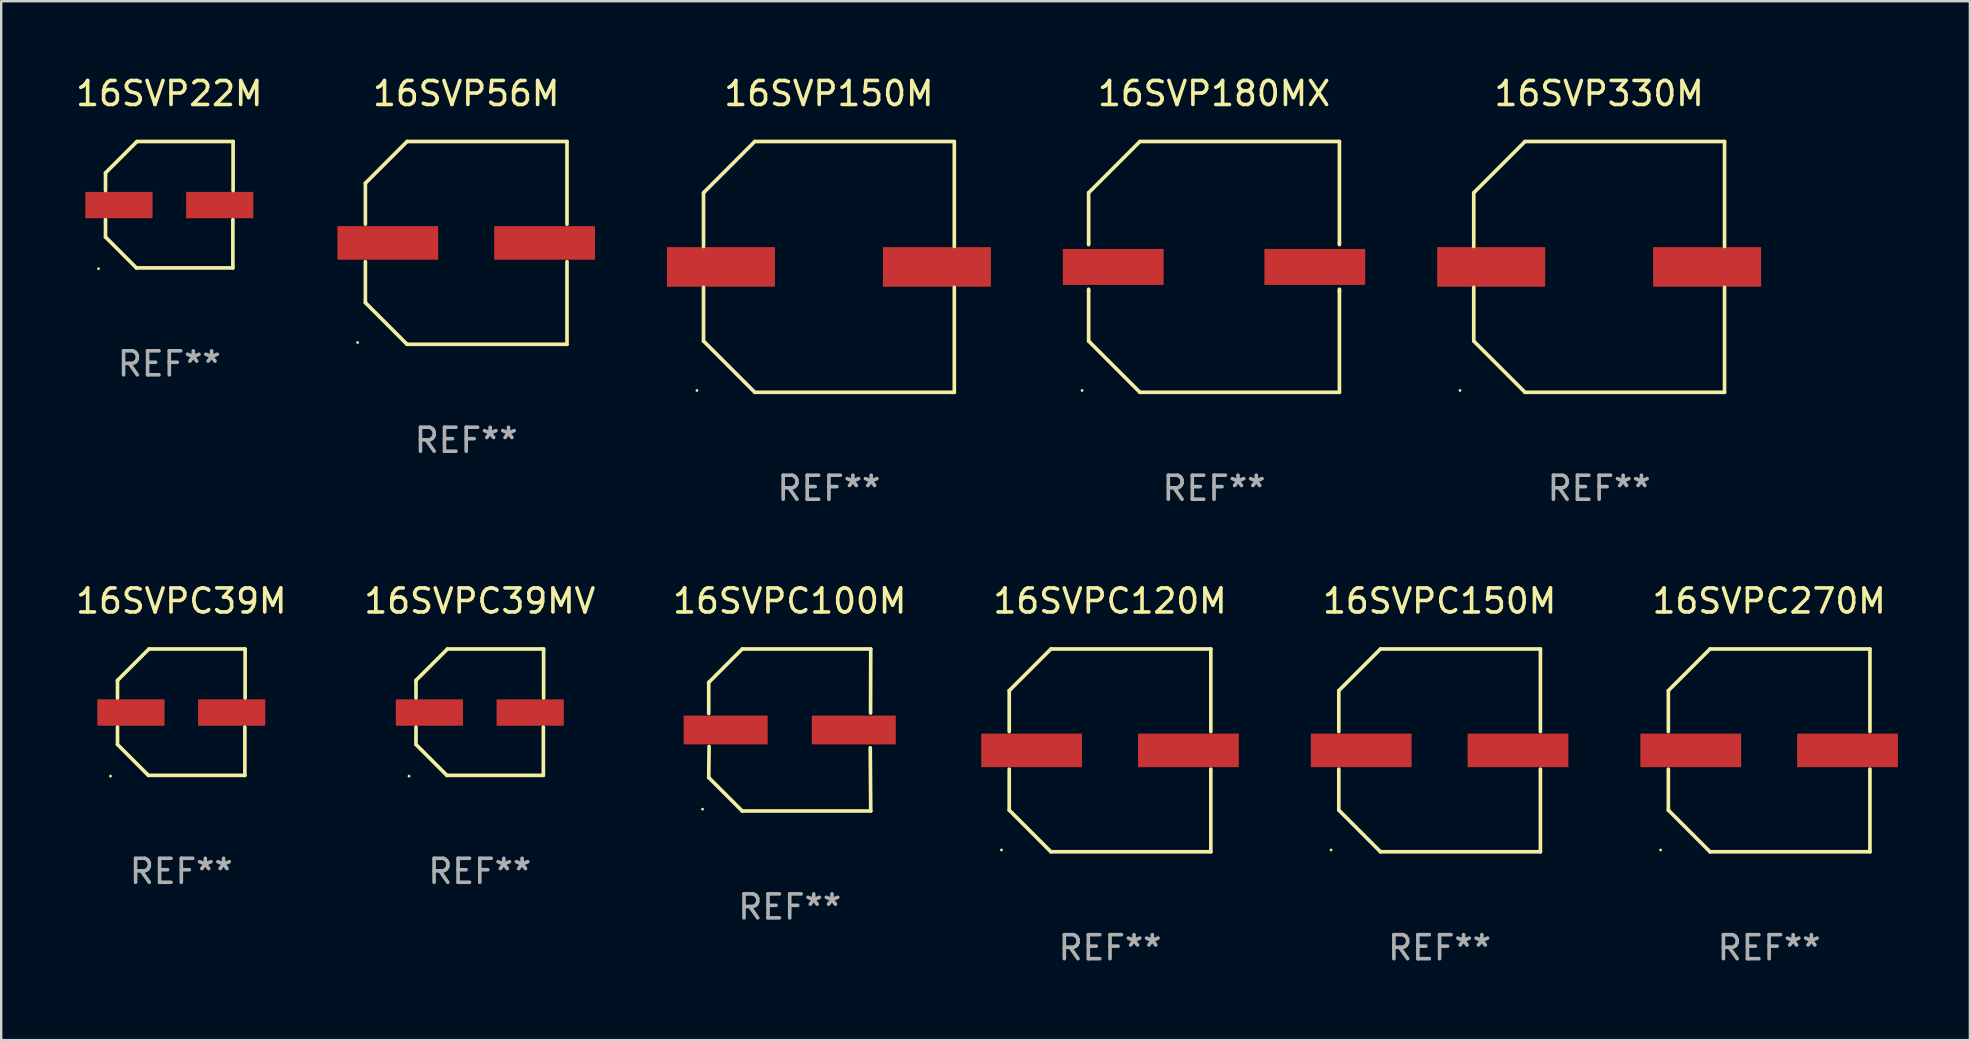
<source format=kicad_pcb>
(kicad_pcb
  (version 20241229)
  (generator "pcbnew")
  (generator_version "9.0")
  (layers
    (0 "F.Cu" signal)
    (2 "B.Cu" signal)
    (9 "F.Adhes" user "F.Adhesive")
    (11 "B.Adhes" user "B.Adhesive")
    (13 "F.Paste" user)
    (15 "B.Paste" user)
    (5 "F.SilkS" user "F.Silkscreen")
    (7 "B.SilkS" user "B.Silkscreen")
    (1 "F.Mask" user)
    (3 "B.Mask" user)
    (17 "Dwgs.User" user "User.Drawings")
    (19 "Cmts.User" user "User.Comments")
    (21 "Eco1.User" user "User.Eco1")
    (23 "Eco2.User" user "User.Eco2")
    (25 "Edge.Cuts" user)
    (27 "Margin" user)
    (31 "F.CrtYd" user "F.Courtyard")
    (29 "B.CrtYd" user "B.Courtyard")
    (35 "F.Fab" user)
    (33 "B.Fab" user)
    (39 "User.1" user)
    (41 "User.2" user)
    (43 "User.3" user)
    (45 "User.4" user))
  (footprint "16SVP22M"
    (layer "F.Cu")
    (at 4.006 5.482)
    (property "Reference" "16SVP22M" (at 0 -4.634 0) (layer "F.SilkS") (effects (font (size 1 1) (thickness 0.15))))
    (attr through_hole)
    (fp_line (start -2.659 -1.326) (end -2.659 -0.592) (stroke (width 0.152) (type solid)) (layer "F.SilkS"))
    (fp_line (start -2.659 1.346) (end -2.659 0.622) (stroke (width 0.152) (type solid)) (layer "F.SilkS"))
    (fp_line (start -1.372 2.634) (end -2.659 1.346) (stroke (width 0.152) (type solid)) (layer "F.SilkS"))
    (fp_line (start -1.349 -2.634) (end -2.659 -1.326) (stroke (width 0.152) (type solid)) (layer "F.SilkS"))
    (fp_line (start 2.649 0.622) (end 2.649 2.634) (stroke (width 0.152) (type solid)) (layer "F.SilkS"))
    (fp_line (start 2.649 2.634) (end -1.372 2.634) (stroke (width 0.152) (type solid)) (layer "F.SilkS"))
    (fp_line (start 2.659 -2.634) (end -1.349 -2.634) (stroke (width 0.152) (type solid)) (layer "F.SilkS"))
    (fp_line (start 2.659 -0.592) (end 2.659 -2.634) (stroke (width 0.152) (type solid)) (layer "F.SilkS"))
    (fp_circle (center -2.95 2.665) (end -2.92 2.665) (stroke (width 0.06) (type solid)) (fill no) (layer "F.SilkS"))
    (fp_text user "REF**" (at 0 6.634 0) (layer "F.Fab") (effects (font (size 1 1) (thickness 0.15))))
    (pad "1" smd rect (at -2.1 0.015) (size 2.8 1.1) (layers "F.Cu" "F.Mask" "F.Paste"))
    (pad "2" smd rect (at 2.1 0.015) (size 2.8 1.1) (layers "F.Cu" "F.Mask" "F.Paste")))
  (footprint "16SVPC150M"
    (layer "F.Cu")
    (at 56.947 28.223)
    (property "Reference" "16SVPC150M" (at 0 -6.226 0) (layer "F.SilkS") (effects (font (size 1 1) (thickness 0.15))))
    (attr through_hole)
    (fp_line (start -4.201 -2.49) (end -4.201 -0.782) (stroke (width 0.152) (type solid)) (layer "F.SilkS"))
    (fp_line (start -4.201 2.49) (end -4.201 0.782) (stroke (width 0.152) (type solid)) (layer "F.SilkS"))
    (fp_line (start -2.465 -4.226) (end -4.201 -2.49) (stroke (width 0.152) (type solid)) (layer "F.SilkS"))
    (fp_line (start -2.465 4.226) (end -4.201 2.49) (stroke (width 0.152) (type solid)) (layer "F.SilkS"))
    (fp_line (start 4.201 -4.226) (end -2.465 -4.226) (stroke (width 0.152) (type solid)) (layer "F.SilkS"))
    (fp_line (start 4.201 -0.782) (end 4.201 -4.226) (stroke (width 0.152) (type solid)) (layer "F.SilkS"))
    (fp_line (start 4.201 0.782) (end 4.201 4.226) (stroke (width 0.152) (type solid)) (layer "F.SilkS"))
    (fp_line (start 4.201 4.226) (end -2.465 4.226) (stroke (width 0.152) (type solid)) (layer "F.SilkS"))
    (fp_circle (center -4.524 4.15) (end -4.494 4.15) (stroke (width 0.06) (type solid)) (fill no) (layer "F.SilkS"))
    (fp_text user "REF**" (at 0 8.226 0) (layer "F.Fab") (effects (font (size 1 1) (thickness 0.15))))
    (pad "1" smd rect (at -3.267 0) (size 4.2 1.4) (layers "F.Cu" "F.Mask" "F.Paste"))
    (pad "2" smd rect (at 3.267 0) (size 4.2 1.4) (layers "F.Cu" "F.Mask" "F.Paste")))
  (footprint "16SVP56M"
    (layer "F.Cu")
    (at 16.379 7.074)
    (property "Reference" "16SVP56M" (at 0 -6.226 0) (layer "F.SilkS") (effects (font (size 1 1) (thickness 0.15))))
    (attr through_hole)
    (fp_line (start -4.201 -2.49) (end -4.201 -0.782) (stroke (width 0.152) (type solid)) (layer "F.SilkS"))
    (fp_line (start -4.201 2.49) (end -4.201 0.782) (stroke (width 0.152) (type solid)) (layer "F.SilkS"))
    (fp_line (start -2.465 -4.226) (end -4.201 -2.49) (stroke (width 0.152) (type solid)) (layer "F.SilkS"))
    (fp_line (start -2.465 4.226) (end -4.201 2.49) (stroke (width 0.152) (type solid)) (layer "F.SilkS"))
    (fp_line (start 4.201 -4.226) (end -2.465 -4.226) (stroke (width 0.152) (type solid)) (layer "F.SilkS"))
    (fp_line (start 4.201 -0.782) (end 4.201 -4.226) (stroke (width 0.152) (type solid)) (layer "F.SilkS"))
    (fp_line (start 4.201 0.782) (end 4.201 4.226) (stroke (width 0.152) (type solid)) (layer "F.SilkS"))
    (fp_line (start 4.201 4.226) (end -2.465 4.226) (stroke (width 0.152) (type solid)) (layer "F.SilkS"))
    (fp_circle (center -4.524 4.15) (end -4.494 4.15) (stroke (width 0.06) (type solid)) (fill no) (layer "F.SilkS"))
    (fp_text user "REF**" (at 0 8.226 0) (layer "F.Fab") (effects (font (size 1 1) (thickness 0.15))))
    (pad "1" smd rect (at -3.267 0) (size 4.2 1.4) (layers "F.Cu" "F.Mask" "F.Paste"))
    (pad "2" smd rect (at 3.267 0) (size 4.2 1.4) (layers "F.Cu" "F.Mask" "F.Paste")))
  (footprint "16SVPC120M"
    (layer "F.Cu")
    (at 43.212 28.223)
    (property "Reference" "16SVPC120M" (at 0 -6.226 0) (layer "F.SilkS") (effects (font (size 1 1) (thickness 0.15))))
    (attr through_hole)
    (fp_line (start -4.201 -2.49) (end -4.201 -0.782) (stroke (width 0.152) (type solid)) (layer "F.SilkS"))
    (fp_line (start -4.201 2.49) (end -4.201 0.782) (stroke (width 0.152) (type solid)) (layer "F.SilkS"))
    (fp_line (start -2.465 -4.226) (end -4.201 -2.49) (stroke (width 0.152) (type solid)) (layer "F.SilkS"))
    (fp_line (start -2.465 4.226) (end -4.201 2.49) (stroke (width 0.152) (type solid)) (layer "F.SilkS"))
    (fp_line (start 4.201 -4.226) (end -2.465 -4.226) (stroke (width 0.152) (type solid)) (layer "F.SilkS"))
    (fp_line (start 4.201 -0.782) (end 4.201 -4.226) (stroke (width 0.152) (type solid)) (layer "F.SilkS"))
    (fp_line (start 4.201 0.782) (end 4.201 4.226) (stroke (width 0.152) (type solid)) (layer "F.SilkS"))
    (fp_line (start 4.201 4.226) (end -2.465 4.226) (stroke (width 0.152) (type solid)) (layer "F.SilkS"))
    (fp_circle (center -4.524 4.15) (end -4.494 4.15) (stroke (width 0.06) (type solid)) (fill no) (layer "F.SilkS"))
    (fp_text user "REF**" (at 0 8.226 0) (layer "F.Fab") (effects (font (size 1 1) (thickness 0.15))))
    (pad "1" smd rect (at -3.267 0) (size 4.2 1.4) (layers "F.Cu" "F.Mask" "F.Paste"))
    (pad "2" smd rect (at 3.267 0) (size 4.2 1.4) (layers "F.Cu" "F.Mask" "F.Paste")))
  (footprint "16SVP150M"
    (layer "F.Cu")
    (at 31.496 8.074)
    (property "Reference" "16SVP150M" (at 0 -7.226 0) (layer "F.SilkS") (effects (font (size 1 1) (thickness 0.15))))
    (attr through_hole)
    (fp_line (start -5.226 -3.09) (end -5.226 -0.852) (stroke (width 0.152) (type solid)) (layer "F.SilkS"))
    (fp_line (start -5.226 3.09) (end -5.226 0.852) (stroke (width 0.152) (type solid)) (layer "F.SilkS"))
    (fp_line (start -3.09 -5.226) (end -5.226 -3.09) (stroke (width 0.152) (type solid)) (layer "F.SilkS"))
    (fp_line (start -3.09 5.226) (end -5.226 3.09) (stroke (width 0.152) (type solid)) (layer "F.SilkS"))
    (fp_line (start 5.226 -5.226) (end -3.09 -5.226) (stroke (width 0.152) (type solid)) (layer "F.SilkS"))
    (fp_line (start 5.226 -0.852) (end 5.226 -5.226) (stroke (width 0.152) (type solid)) (layer "F.SilkS"))
    (fp_line (start 5.226 0.852) (end 5.226 5.226) (stroke (width 0.152) (type solid)) (layer "F.SilkS"))
    (fp_line (start 5.226 5.226) (end -3.09 5.226) (stroke (width 0.152) (type solid)) (layer "F.SilkS"))
    (fp_circle (center -5.5 5.15) (end -5.47 5.15) (stroke (width 0.06) (type solid)) (fill no) (layer "F.SilkS"))
    (fp_text user "REF**" (at 0 9.226 0) (layer "F.Fab") (effects (font (size 1 1) (thickness 0.15))))
    (pad "1" smd rect (at -4.5 -0.000025) (size 4.5 1.65) (layers "F.Cu" "F.Mask" "F.Paste"))
    (pad "2" smd rect (at 4.5 -0.000025) (size 4.5 1.65) (layers "F.Cu" "F.Mask" "F.Paste")))
  (footprint "16SVP330M"
    (layer "F.Cu")
    (at 63.596 8.074)
    (property "Reference" "16SVP330M" (at 0 -7.226 0) (layer "F.SilkS") (effects (font (size 1 1) (thickness 0.15))))
    (attr through_hole)
    (fp_line (start -5.226 -3.09) (end -5.226 -0.852) (stroke (width 0.152) (type solid)) (layer "F.SilkS"))
    (fp_line (start -5.226 3.09) (end -5.226 0.852) (stroke (width 0.152) (type solid)) (layer "F.SilkS"))
    (fp_line (start -3.09 -5.226) (end -5.226 -3.09) (stroke (width 0.152) (type solid)) (layer "F.SilkS"))
    (fp_line (start -3.09 5.226) (end -5.226 3.09) (stroke (width 0.152) (type solid)) (layer "F.SilkS"))
    (fp_line (start 5.226 -5.226) (end -3.09 -5.226) (stroke (width 0.152) (type solid)) (layer "F.SilkS"))
    (fp_line (start 5.226 -0.852) (end 5.226 -5.226) (stroke (width 0.152) (type solid)) (layer "F.SilkS"))
    (fp_line (start 5.226 0.852) (end 5.226 5.226) (stroke (width 0.152) (type solid)) (layer "F.SilkS"))
    (fp_line (start 5.226 5.226) (end -3.09 5.226) (stroke (width 0.152) (type solid)) (layer "F.SilkS"))
    (fp_circle (center -5.8 5.15) (end -5.77 5.15) (stroke (width 0.06) (type solid)) (fill no) (layer "F.SilkS"))
    (fp_text user "REF**" (at 0 9.226 0) (layer "F.Fab") (effects (font (size 1 1) (thickness 0.15))))
    (pad "1" smd rect (at -4.5 0) (size 4.5 1.65) (layers "F.Cu" "F.Mask" "F.Paste"))
    (pad "2" smd rect (at 4.5 0) (size 4.5 1.65) (layers "F.Cu" "F.Mask" "F.Paste")))
  (footprint "16SVPC39MV"
    (layer "F.Cu")
    (at 16.946 26.631)
    (property "Reference" "16SVPC39MV" (at 0 -4.634 0) (layer "F.SilkS") (effects (font (size 1 1) (thickness 0.15))))
    (attr through_hole)
    (fp_line (start -2.659 -1.326) (end -2.659 -0.592) (stroke (width 0.152) (type solid)) (layer "F.SilkS"))
    (fp_line (start -2.659 1.346) (end -2.659 0.622) (stroke (width 0.152) (type solid)) (layer "F.SilkS"))
    (fp_line (start -1.372 2.634) (end -2.659 1.346) (stroke (width 0.152) (type solid)) (layer "F.SilkS"))
    (fp_line (start -1.349 -2.634) (end -2.659 -1.326) (stroke (width 0.152) (type solid)) (layer "F.SilkS"))
    (fp_line (start 2.649 0.622) (end 2.649 2.634) (stroke (width 0.152) (type solid)) (layer "F.SilkS"))
    (fp_line (start 2.649 2.634) (end -1.372 2.634) (stroke (width 0.152) (type solid)) (layer "F.SilkS"))
    (fp_line (start 2.659 -2.634) (end -1.349 -2.634) (stroke (width 0.152) (type solid)) (layer "F.SilkS"))
    (fp_line (start 2.659 -0.592) (end 2.659 -2.634) (stroke (width 0.152) (type solid)) (layer "F.SilkS"))
    (fp_circle (center -2.95 2.665) (end -2.92 2.665) (stroke (width 0.06) (type solid)) (fill no) (layer "F.SilkS"))
    (fp_text user "REF**" (at 0 6.634 0) (layer "F.Fab") (effects (font (size 1 1) (thickness 0.15))))
    (pad "1" smd rect (at -2.1 0.015) (size 2.8 1.1) (layers "F.Cu" "F.Mask" "F.Paste"))
    (pad "2" smd rect (at 2.1 0.015) (size 2.8 1.1) (layers "F.Cu" "F.Mask" "F.Paste")))
  (footprint "16SVPC270M"
    (layer "F.Cu")
    (at 70.681 28.223)
    (property "Reference" "16SVPC270M" (at 0 -6.226 0) (layer "F.SilkS") (effects (font (size 1 1) (thickness 0.15))))
    (attr through_hole)
    (fp_line (start -4.201 -2.49) (end -4.201 -0.782) (stroke (width 0.152) (type solid)) (layer "F.SilkS"))
    (fp_line (start -4.201 2.49) (end -4.201 0.782) (stroke (width 0.152) (type solid)) (layer "F.SilkS"))
    (fp_line (start -2.465 -4.226) (end -4.201 -2.49) (stroke (width 0.152) (type solid)) (layer "F.SilkS"))
    (fp_line (start -2.465 4.226) (end -4.201 2.49) (stroke (width 0.152) (type solid)) (layer "F.SilkS"))
    (fp_line (start 4.201 -4.226) (end -2.465 -4.226) (stroke (width 0.152) (type solid)) (layer "F.SilkS"))
    (fp_line (start 4.201 -0.782) (end 4.201 -4.226) (stroke (width 0.152) (type solid)) (layer "F.SilkS"))
    (fp_line (start 4.201 0.782) (end 4.201 4.226) (stroke (width 0.152) (type solid)) (layer "F.SilkS"))
    (fp_line (start 4.201 4.226) (end -2.465 4.226) (stroke (width 0.152) (type solid)) (layer "F.SilkS"))
    (fp_circle (center -4.524 4.15) (end -4.494 4.15) (stroke (width 0.06) (type solid)) (fill no) (layer "F.SilkS"))
    (fp_text user "REF**" (at 0 8.226 0) (layer "F.Fab") (effects (font (size 1 1) (thickness 0.15))))
    (pad "1" smd rect (at -3.267 0) (size 4.2 1.4) (layers "F.Cu" "F.Mask" "F.Paste"))
    (pad "2" smd rect (at 3.267 0) (size 4.2 1.4) (layers "F.Cu" "F.Mask" "F.Paste")))
  (footprint "16SVP180MX"
    (layer "F.Cu")
    (at 47.546 8.074)
    (property "Reference" "16SVP180MX" (at 0 -7.226 0) (layer "F.SilkS") (effects (font (size 1 1) (thickness 0.15))))
    (attr through_hole)
    (fp_line (start -5.226 -3.09) (end -5.226 -1.005) (stroke (width 0.152) (type solid)) (layer "F.SilkS"))
    (fp_line (start -5.226 -1.005) (end -5.226 -0.93) (stroke (width 0.152) (type solid)) (layer "F.SilkS"))
    (fp_line (start -5.226 0.93) (end -5.226 1.005) (stroke (width 0.152) (type solid)) (layer "F.SilkS"))
    (fp_line (start -5.226 1.005) (end -5.226 3.09) (stroke (width 0.152) (type solid)) (layer "F.SilkS"))
    (fp_line (start -3.09 -5.226) (end -5.226 -3.09) (stroke (width 0.152) (type solid)) (layer "F.SilkS"))
    (fp_line (start -3.09 5.226) (end -5.226 3.09) (stroke (width 0.152) (type solid)) (layer "F.SilkS"))
    (fp_line (start 5.226 -5.226) (end -3.09 -5.226) (stroke (width 0.152) (type solid)) (layer "F.SilkS"))
    (fp_line (start 5.226 -5.226) (end 5.226 -1.005) (stroke (width 0.152) (type solid)) (layer "F.SilkS"))
    (fp_line (start 5.226 -1.005) (end 5.226 -0.93) (stroke (width 0.152) (type solid)) (layer "F.SilkS"))
    (fp_line (start 5.226 0.93) (end 5.226 1.016) (stroke (width 0.152) (type solid)) (layer "F.SilkS"))
    (fp_line (start 5.226 1.005) (end 5.226 5.226) (stroke (width 0.152) (type solid)) (layer "F.SilkS"))
    (fp_line (start 5.226 5.226) (end -3.09 5.226) (stroke (width 0.152) (type solid)) (layer "F.SilkS"))
    (fp_circle (center -5.5 5.15) (end -5.47 5.15) (stroke (width 0.06) (type solid)) (fill no) (layer "F.SilkS"))
    (fp_text user "REF**" (at 0 9.226 0) (layer "F.Fab") (effects (font (size 1 1) (thickness 0.15))))
    (pad "1" smd rect (at -4.2 0.000165) (size 4.2 1.5) (layers "F.Cu" "F.Mask" "F.Paste"))
    (pad "2" smd rect (at 4.2 0.000165) (size 4.2 1.5) (layers "F.Cu" "F.Mask" "F.Paste")))
  (footprint "16SVPC39M"
    (layer "F.Cu")
    (at 4.506 26.631)
    (property "Reference" "16SVPC39M" (at 0 -4.634 0) (layer "F.SilkS") (effects (font (size 1 1) (thickness 0.15))))
    (attr through_hole)
    (fp_line (start -2.659 -1.326) (end -2.659 -0.592) (stroke (width 0.152) (type solid)) (layer "F.SilkS"))
    (fp_line (start -2.659 1.346) (end -2.659 0.622) (stroke (width 0.152) (type solid)) (layer "F.SilkS"))
    (fp_line (start -1.372 2.634) (end -2.659 1.346) (stroke (width 0.152) (type solid)) (layer "F.SilkS"))
    (fp_line (start -1.349 -2.634) (end -2.659 -1.326) (stroke (width 0.152) (type solid)) (layer "F.SilkS"))
    (fp_line (start 2.649 0.622) (end 2.649 2.634) (stroke (width 0.152) (type solid)) (layer "F.SilkS"))
    (fp_line (start 2.649 2.634) (end -1.372 2.634) (stroke (width 0.152) (type solid)) (layer "F.SilkS"))
    (fp_line (start 2.659 -2.634) (end -1.349 -2.634) (stroke (width 0.152) (type solid)) (layer "F.SilkS"))
    (fp_line (start 2.659 -0.592) (end 2.659 -2.634) (stroke (width 0.152) (type solid)) (layer "F.SilkS"))
    (fp_circle (center -2.95 2.665) (end -2.92 2.665) (stroke (width 0.06) (type solid)) (fill no) (layer "F.SilkS"))
    (fp_text user "REF**" (at 0 6.634 0) (layer "F.Fab") (effects (font (size 1 1) (thickness 0.15))))
    (pad "1" smd rect (at -2.1 0.015) (size 2.8 1.1) (layers "F.Cu" "F.Mask" "F.Paste"))
    (pad "2" smd rect (at 2.1 0.015) (size 2.8 1.1) (layers "F.Cu" "F.Mask" "F.Paste")))
  (footprint "16SVPC100M"
    (layer "F.Cu")
    (at 29.863 27.373)
    (property "Reference" "16SVPC100M" (at 0 -5.376 0) (layer "F.SilkS") (effects (font (size 1 1) (thickness 0.15))))
    (attr through_hole)
    (fp_line (start -3.376 -1.98) (end -3.376 -0.686) (stroke (width 0.152) (type solid)) (layer "F.SilkS"))
    (fp_line (start -3.376 1.981) (end -3.362 0.686) (stroke (width 0.152) (type solid)) (layer "F.SilkS"))
    (fp_line (start -1.981 3.376) (end -3.376 1.981) (stroke (width 0.152) (type solid)) (layer "F.SilkS"))
    (fp_line (start -1.98 -3.376) (end -3.376 -1.98) (stroke (width 0.152) (type solid)) (layer "F.SilkS"))
    (fp_line (start 3.356 0.74) (end 3.376 3.376) (stroke (width 0.152) (type solid)) (layer "F.SilkS"))
    (fp_line (start 3.369 -0.707) (end 3.376 -3.376) (stroke (width 0.152) (type solid)) (layer "F.SilkS"))
    (fp_line (start 3.376 3.376) (end -1.981 3.376) (stroke (width 0.152) (type solid)) (layer "F.SilkS"))
    (fp_line (start 3.376 -3.376) (end -1.98 -3.376) (stroke (width 0.152) (type solid)) (layer "F.SilkS"))
    (fp_circle (center -3.634 3.3) (end -3.604 3.3) (stroke (width 0.06) (type solid)) (fill no) (layer "F.SilkS"))
    (fp_text user "REF**" (at 0 7.376 0) (layer "F.Fab") (effects (font (size 1 1) (thickness 0.15))))
    (pad "1" smd rect (at -2.67 0.000254) (size 3.5 1.2) (layers "F.Cu" "F.Mask" "F.Paste"))
    (pad "2" smd rect (at 2.67 0.000254) (size 3.5 1.2) (layers "F.Cu" "F.Mask" "F.Paste")))
  (gr_rect
    (start -3 -3)
    (end 79.048 40.298)
    (stroke (width 0.1) (type default))
    (fill no)
    (layer "Edge.Cuts")))
</source>
